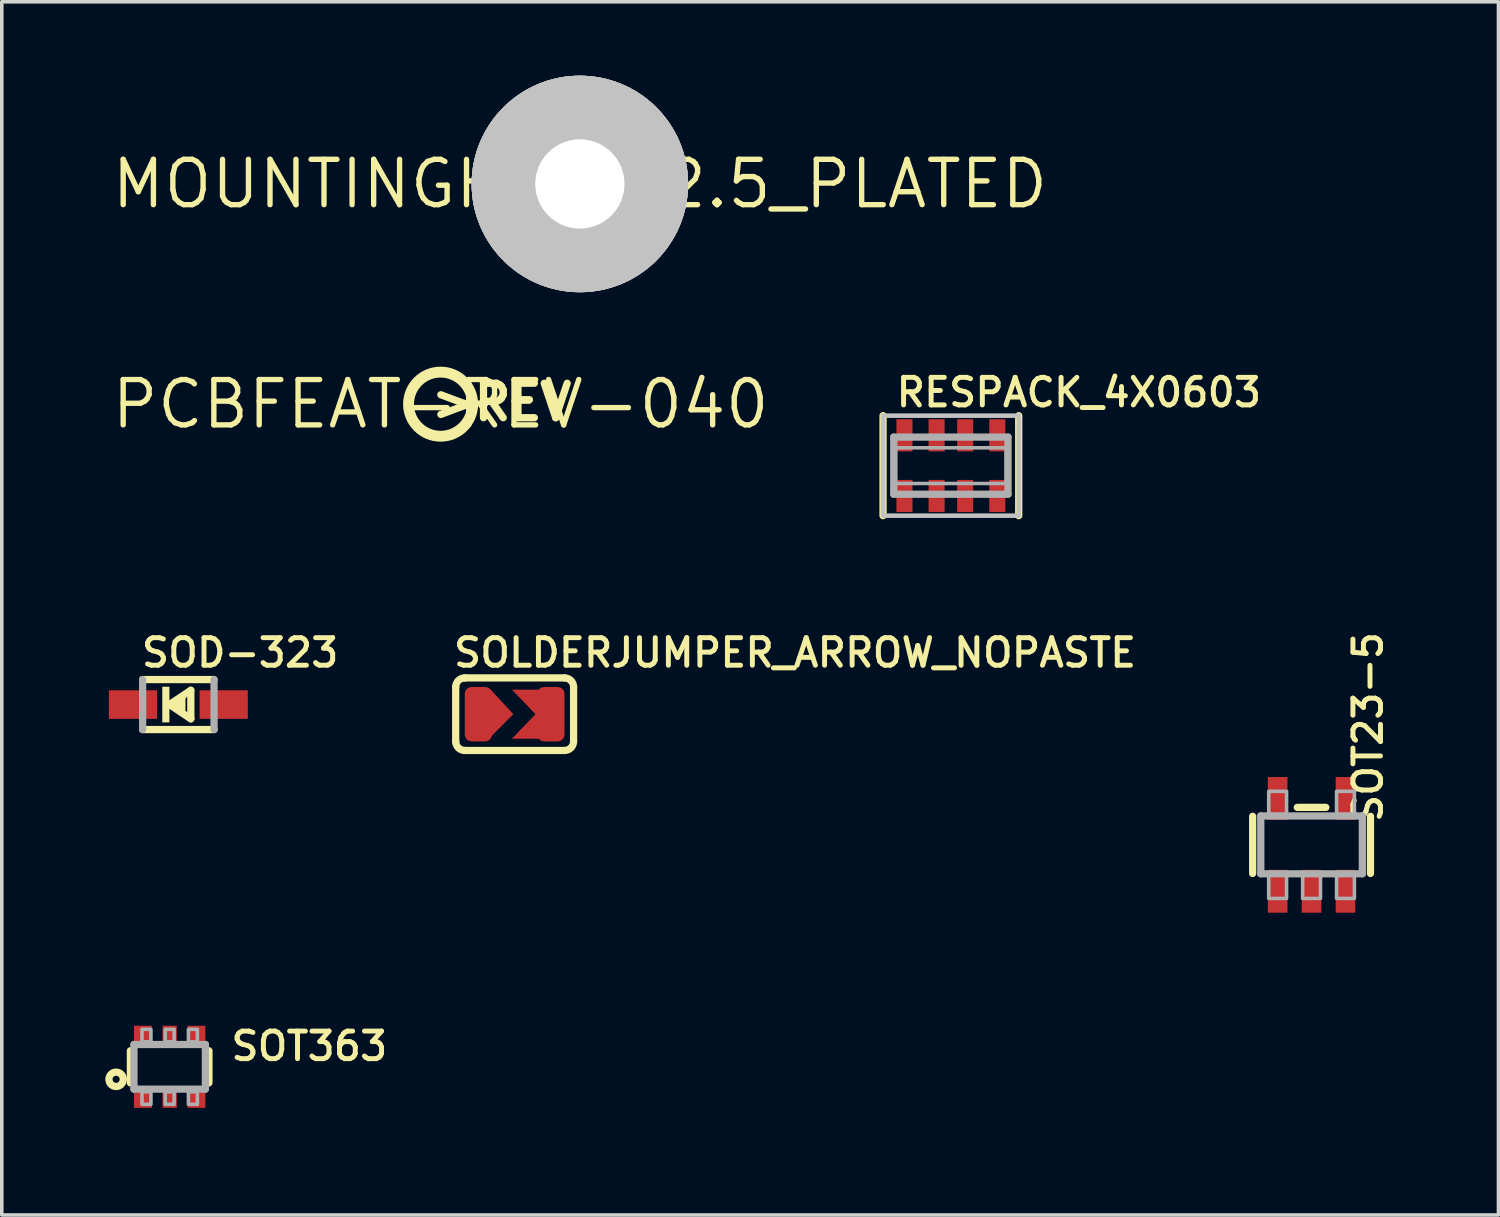
<source format=kicad_pcb>
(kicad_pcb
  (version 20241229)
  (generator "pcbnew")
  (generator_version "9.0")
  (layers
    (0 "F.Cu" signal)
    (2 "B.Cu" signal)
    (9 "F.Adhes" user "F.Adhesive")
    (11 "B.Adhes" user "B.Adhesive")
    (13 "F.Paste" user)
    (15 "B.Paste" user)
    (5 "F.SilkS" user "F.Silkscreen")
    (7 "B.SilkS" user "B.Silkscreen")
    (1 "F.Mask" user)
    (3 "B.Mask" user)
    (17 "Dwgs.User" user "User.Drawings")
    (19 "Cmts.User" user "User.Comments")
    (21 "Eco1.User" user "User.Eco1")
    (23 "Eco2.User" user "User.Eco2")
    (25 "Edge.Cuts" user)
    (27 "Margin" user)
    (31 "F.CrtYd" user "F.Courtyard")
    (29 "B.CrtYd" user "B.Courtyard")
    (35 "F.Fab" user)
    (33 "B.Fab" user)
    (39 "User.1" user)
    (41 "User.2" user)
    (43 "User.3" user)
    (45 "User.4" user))
  (footprint "SOT23-5"
    (layer "F.Cu")
    (at 33.684 20.613)
    (property "Reference" "SOT23-5" (at 2.032 -0.562 90) (layer "F.SilkS") (effects (font (size 0.772 0.772) (thickness 0.139)) (justify left bottom)))
    (attr through_hole)
    (fp_line (start -1.65 -0.8) (end -1.65 0.8) (stroke (width 0.203) (type solid)) (layer "F.SilkS"))
    (fp_line (start -0.4 -1.05) (end 0.4 -1.05) (stroke (width 0.203) (type solid)) (layer "F.SilkS"))
    (fp_line (start 1.65 -0.8) (end 1.65 0.8) (stroke (width 0.203) (type solid)) (layer "F.SilkS"))
    (fp_line (start -1.422 -0.81) (end 1.422 -0.81) (stroke (width 0.203) (type solid)) (layer "F.Fab"))
    (fp_line (start -1.422 0.81) (end -1.422 -0.81) (stroke (width 0.203) (type solid)) (layer "F.Fab"))
    (fp_line (start 1.422 -0.81) (end 1.422 0.81) (stroke (width 0.203) (type solid)) (layer "F.Fab"))
    (fp_line (start 1.422 0.81) (end -1.422 0.81) (stroke (width 0.203) (type solid)) (layer "F.Fab"))
    (fp_poly (pts (xy -1.2 -0.85) (xy -0.7 -0.85) (xy -0.7 -1.5) (xy -1.2 -1.5)) (stroke (width 0.1) (type solid)) (fill no) (layer "F.Fab"))
    (fp_poly (pts (xy -1.2 1.5) (xy -0.7 1.5) (xy -0.7 0.85) (xy -1.2 0.85)) (stroke (width 0.1) (type solid)) (fill no) (layer "F.Fab"))
    (fp_poly (pts (xy -0.25 1.5) (xy 0.25 1.5) (xy 0.25 0.85) (xy -0.25 0.85)) (stroke (width 0.1) (type solid)) (fill no) (layer "F.Fab"))
    (fp_poly (pts (xy 0.7 -0.85) (xy 1.2 -0.85) (xy 1.2 -1.5) (xy 0.7 -1.5)) (stroke (width 0.1) (type solid)) (fill no) (layer "F.Fab"))
    (fp_poly (pts (xy 0.7 1.5) (xy 1.2 1.5) (xy 1.2 0.85) (xy 0.7 0.85)) (stroke (width 0.1) (type solid)) (fill no) (layer "F.Fab"))
    (pad "1" smd rect (at -0.95 1.3) (size 0.55 1.2) (layers "F.Cu" "F.Mask" "F.Paste"))
    (pad "2" smd rect (at 0 1.3) (size 0.55 1.2) (layers "F.Cu" "F.Mask" "F.Paste"))
    (pad "3" smd rect (at 0.95 1.3) (size 0.55 1.2) (layers "F.Cu" "F.Mask" "F.Paste"))
    (pad "4" smd rect (at 0.95 -1.3) (size 0.55 1.2) (layers "F.Cu" "F.Mask" "F.Paste"))
    (pad "5" smd rect (at -0.95 -1.3) (size 0.55 1.2) (layers "F.Cu" "F.Mask" "F.Paste")))
  (footprint "MOUNTINGHOLE_2.5_PLATED"
    (layer "F.Cu")
    (at 13.191 2.102)
    (property "Reference" "MOUNTINGHOLE_2.5_PLATED" (at 0 0 0) (layer "F.SilkS") (effects (font (size 1.27 1.27) (thickness 0.15))))
    (attr through_hole)
    (fp_circle (center 0 0) (end 2 0) (stroke (width 0.203) (type solid)) (fill no) (layer "F.SilkS"))
    (fp_circle (center 0 0) (end 1 0) (stroke (width 2.032) (type solid)) (fill no) (layer "Dwgs.User"))
    (fp_circle (center 0 0) (end 1 0) (stroke (width 2.032) (type solid)) (fill no) (layer "Dwgs.User"))
    (fp_circle (center 0 0) (end 1 0) (stroke (width 2.032) (type solid)) (fill no) (layer "Dwgs.User"))
    (fp_circle (center 0 0) (end 1 0) (stroke (width 2.032) (type solid)) (fill no) (layer "Dwgs.User"))
    (pad "P$1" thru_hole circle (at 0 0) (size 3.2 3.2) (drill 2.5) (layers "*.Cu" "*.Mask")))
  (footprint "PCBFEAT-REV-040"
    (layer "F.Cu")
    (at 9.29 8.27)
    (property "Reference" "PCBFEAT-REV-040" (at 0 0 0) (layer "F.SilkS") (effects (font (size 1.27 1.27) (thickness 0.15))))
    (attr through_hole)
    (fp_circle (center 0 0) (end 0.898 0) (stroke (width 0.305) (type solid)) (fill no) (layer "F.SilkS"))
    (fp_text user ">REV" (at -0.356 0.508 0) (layer "F.SilkS") (effects (font (size 0.965 0.965) (thickness 0.203)) (justify left bottom))))
  (footprint "RESPACK_4X0603"
    (layer "F.Cu")
    (at 23.582 9.992)
    (property "Reference" "RESPACK_4X0603" (at -1.6 -1.6 180) (layer "F.SilkS") (effects (font (size 0.772 0.772) (thickness 0.139)) (justify left bottom)))
    (attr through_hole)
    (fp_line (start -1.9 1.4) (end -1.9 -1.4) (stroke (width 0.203) (type solid)) (layer "F.SilkS"))
    (fp_line (start 1.9 -1.4) (end 1.9 1.4) (stroke (width 0.203) (type solid)) (layer "F.SilkS"))
    (fp_line (start -1.9 -1.4) (end 1.9 -1.4) (stroke (width 0.127) (type solid)) (layer "Dwgs.User"))
    (fp_line (start -1.9 1.4) (end -1.9 -1.4) (stroke (width 0.127) (type solid)) (layer "Dwgs.User"))
    (fp_line (start -1.9 1.4) (end 1.9 1.4) (stroke (width 0.127) (type solid)) (layer "Dwgs.User"))
    (fp_line (start 1.9 -1.4) (end 1.9 1.4) (stroke (width 0.127) (type solid)) (layer "Dwgs.User"))
    (fp_line (start -1.6 -0.8) (end 1.6 -0.8) (stroke (width 0.203) (type solid)) (layer "F.Fab"))
    (fp_line (start -1.6 0.8) (end -1.6 -0.8) (stroke (width 0.203) (type solid)) (layer "F.Fab"))
    (fp_line (start 1.6 -0.8) (end 1.6 0.8) (stroke (width 0.203) (type solid)) (layer "F.Fab"))
    (fp_line (start 1.6 0.8) (end -1.6 0.8) (stroke (width 0.203) (type solid)) (layer "F.Fab"))
    (fp_poly (pts (xy -1.55 0.5) (xy 1.55 0.5) (xy 1.55 -0.5) (xy -1.55 -0.5)) (stroke (width 0.1) (type solid)) (fill no) (layer "F.Fab"))
    (pad "1" smd rect (at -1.3 0.85) (size 0.45 0.9) (layers "F.Cu" "F.Mask" "F.Paste"))
    (pad "2" smd rect (at -0.4 0.85) (size 0.45 0.9) (layers "F.Cu" "F.Mask" "F.Paste"))
    (pad "3" smd rect (at 0.4 0.85) (size 0.45 0.9) (layers "F.Cu" "F.Mask" "F.Paste"))
    (pad "4" smd rect (at 1.3 0.85) (size 0.45 0.9) (layers "F.Cu" "F.Mask" "F.Paste"))
    (pad "5" smd rect (at 1.3 -0.85) (size 0.45 0.9) (layers "F.Cu" "F.Mask" "F.Paste"))
    (pad "6" smd rect (at 0.4 -0.85) (size 0.45 0.9) (layers "F.Cu" "F.Mask" "F.Paste"))
    (pad "7" smd rect (at -0.4 -0.85) (size 0.45 0.9) (layers "F.Cu" "F.Mask" "F.Paste"))
    (pad "8" smd rect (at -1.3 -0.85) (size 0.45 0.9) (layers "F.Cu" "F.Mask" "F.Paste")))
  (footprint "SOT363"
    (layer "F.Cu")
    (at 1.702 26.829)
    (property "Reference" "SOT363" (at 1.651 -0.127 0) (layer "F.SilkS") (effects (font (size 0.772 0.772) (thickness 0.139)) (justify left bottom)))
    (attr through_hole)
    (fp_line (start -1.1 -0.45) (end -1.1 0.45) (stroke (width 0.203) (type solid)) (layer "F.SilkS"))
    (fp_line (start 1.1 -0.45) (end 1.1 0.45) (stroke (width 0.203) (type solid)) (layer "F.SilkS"))
    (fp_circle (center -1.5 0.35) (end -1.4 0.35) (stroke (width 0.203) (type solid)) (fill no) (layer "F.SilkS"))
    (fp_line (start -1 -0.625) (end 1 -0.625) (stroke (width 0.203) (type solid)) (layer "F.Fab"))
    (fp_line (start -1 0.625) (end -1 -0.625) (stroke (width 0.203) (type solid)) (layer "F.Fab"))
    (fp_line (start 1 -0.625) (end 1 0.625) (stroke (width 0.203) (type solid)) (layer "F.Fab"))
    (fp_line (start 1 0.625) (end -1 0.625) (stroke (width 0.203) (type solid)) (layer "F.Fab"))
    (fp_poly (pts (xy -0.775 -0.7) (xy -0.525 -0.7) (xy -0.525 -1.05) (xy -0.775 -1.05)) (stroke (width 0.1) (type solid)) (fill no) (layer "F.Fab"))
    (fp_poly (pts (xy -0.775 1.05) (xy -0.525 1.05) (xy -0.525 0.7) (xy -0.775 0.7)) (stroke (width 0.1) (type solid)) (fill no) (layer "F.Fab"))
    (fp_poly (pts (xy -0.125 -0.7) (xy 0.125 -0.7) (xy 0.125 -1.05) (xy -0.125 -1.05)) (stroke (width 0.1) (type solid)) (fill no) (layer "F.Fab"))
    (fp_poly (pts (xy -0.125 1.05) (xy 0.125 1.05) (xy 0.125 0.7) (xy -0.125 0.7)) (stroke (width 0.1) (type solid)) (fill no) (layer "F.Fab"))
    (fp_poly (pts (xy 0.525 -0.7) (xy 0.775 -0.7) (xy 0.775 -1.05) (xy 0.525 -1.05)) (stroke (width 0.1) (type solid)) (fill no) (layer "F.Fab"))
    (fp_poly (pts (xy 0.525 1.05) (xy 0.775 1.05) (xy 0.775 0.7) (xy 0.525 0.7)) (stroke (width 0.1) (type solid)) (fill no) (layer "F.Fab"))
    (pad "1" smd rect (at -0.75 0.9) (size 0.5 0.5) (layers "F.Cu" "F.Mask" "F.Paste"))
    (pad "2" smd rect (at 0 0.9) (size 0.4 0.5) (layers "F.Cu" "F.Mask" "F.Paste"))
    (pad "3" smd rect (at 0.75 0.9) (size 0.5 0.5) (layers "F.Cu" "F.Mask" "F.Paste"))
    (pad "4" smd rect (at 0.75 -0.9) (size 0.5 0.5) (layers "F.Cu" "F.Mask" "F.Paste"))
    (pad "5" smd rect (at 0 -0.9) (size 0.4 0.5) (layers "F.Cu" "F.Mask" "F.Paste"))
    (pad "6" smd rect (at -0.75 -0.9) (size 0.5 0.5) (layers "F.Cu" "F.Mask" "F.Paste")))
  (footprint "SOLDERJUMPER_ARROW_NOPASTE"
    (layer "F.Cu")
    (at 11.364 16.953)
    (property "Reference" "SOLDERJUMPER_ARROW_NOPASTE" (at -1.778 -1.27 0) (layer "F.SilkS") (effects (font (size 0.772 0.772) (thickness 0.139)) (justify left bottom)))
    (attr through_hole)
    (fp_poly (pts (xy -1.293 -0.687) (xy -0.671 -0.687) (xy -0.035 0) (xy -0.722 0.687) (xy -1.293 0.687)) (stroke (width 0) (type solid)) (fill yes) (layer "F.Cu"))
    (fp_poly (pts (xy -0.077 -0.687) (xy 0.584 0) (xy -0.077 0.687) (xy 1.293 0.687) (xy 1.293 -0.687)) (stroke (width 0) (type solid)) (fill yes) (layer "F.Cu"))
    (fp_poly (pts (xy -1.46 0.826) (xy 1.46 0.826) (xy 1.46 -0.826) (xy -1.46 -0.826)) (stroke (width 0) (type solid)) (fill yes) (layer "F.Mask"))
    (fp_line (start -1.651 0.762) (end -1.651 -0.762) (stroke (width 0.203) (type solid)) (layer "F.SilkS"))
    (fp_line (start -1.397 -1.016) (end 1.397 -1.016) (stroke (width 0.203) (type solid)) (layer "F.SilkS"))
    (fp_line (start 1.397 1.016) (end -1.397 1.016) (stroke (width 0.203) (type solid)) (layer "F.SilkS"))
    (fp_line (start 1.651 0.762) (end 1.651 -0.762) (stroke (width 0.203) (type solid)) (layer "F.SilkS"))
    (fp_arc (start -1.651 -0.762) (mid -1.576605 -0.941605) (end -1.397 -1.016) (stroke (width 0.2032) (type solid)) (layer "F.SilkS"))
    (fp_arc (start -1.397 1.016) (mid -1.576605 0.941605) (end -1.651 0.762) (stroke (width 0.2032) (type solid)) (layer "F.SilkS"))
    (fp_arc (start 1.397 -1.016) (mid 1.576605 -0.941605) (end 1.651 -0.762) (stroke (width 0.2032) (type solid)) (layer "F.SilkS"))
    (fp_arc (start 1.651 0.762) (mid 1.576605 0.941605) (end 1.397 1.016) (stroke (width 0.2032) (type solid)) (layer "F.SilkS"))
    (pad "1" smd roundrect (at -1.016 0) (size 0.762 1.524) (layers "F.Cu" "F.Mask") (roundrect_rratio 0.25))
    (pad "2" smd roundrect (at 1.016 0) (size 0.762 1.524) (layers "F.Cu" "F.Mask") (roundrect_rratio 0.25)))
  (footprint "SOD-323"
    (layer "F.Cu")
    (at 1.945 16.683)
    (property "Reference" "SOD-323" (at -1.1 -1 180) (layer "F.SilkS") (effects (font (size 0.772 0.772) (thickness 0.139)) (justify left bottom)))
    (attr through_hole)
    (fp_line (start -1 -0.7) (end 1 -0.7) (stroke (width 0.203) (type solid)) (layer "F.SilkS"))
    (fp_line (start -0.25 0) (end 0.35 -0.4) (stroke (width 0.203) (type solid)) (layer "F.SilkS"))
    (fp_line (start 0.35 -0.4) (end 0.35 0.4) (stroke (width 0.203) (type solid)) (layer "F.SilkS"))
    (fp_line (start 0.35 0.4) (end -0.25 0) (stroke (width 0.203) (type solid)) (layer "F.SilkS"))
    (fp_line (start 1 0.7) (end -1 0.7) (stroke (width 0.203) (type solid)) (layer "F.SilkS"))
    (fp_poly (pts (xy -0.1 0) (xy 0.2 -0.2) (xy 0.2 0.2)) (stroke (width 0) (type solid)) (fill yes) (layer "F.SilkS"))
    (fp_poly (pts (xy -0.45 0.5) (xy -0.25 0.5) (xy -0.25 -0.5) (xy -0.45 -0.5)) (stroke (width 0) (type solid)) (fill yes) (layer "F.SilkS"))
    (fp_line (start -1 0.7) (end -1 -0.7) (stroke (width 0.203) (type solid)) (layer "F.Fab"))
    (fp_line (start 1 -0.7) (end 1 0.7) (stroke (width 0.203) (type solid)) (layer "F.Fab"))
    (pad "A" smd rect (at 1.27 0) (size 1.35 0.8) (layers "F.Cu" "F.Mask" "F.Paste"))
    (pad "C" smd rect (at -1.27 0) (size 1.35 0.8) (layers "F.Cu" "F.Mask" "F.Paste")))
  (gr_rect
    (start -3 -3)
    (end 38.918 30.979)
    (stroke (width 0.1) (type default))
    (fill no)
    (layer "Edge.Cuts")))
</source>
